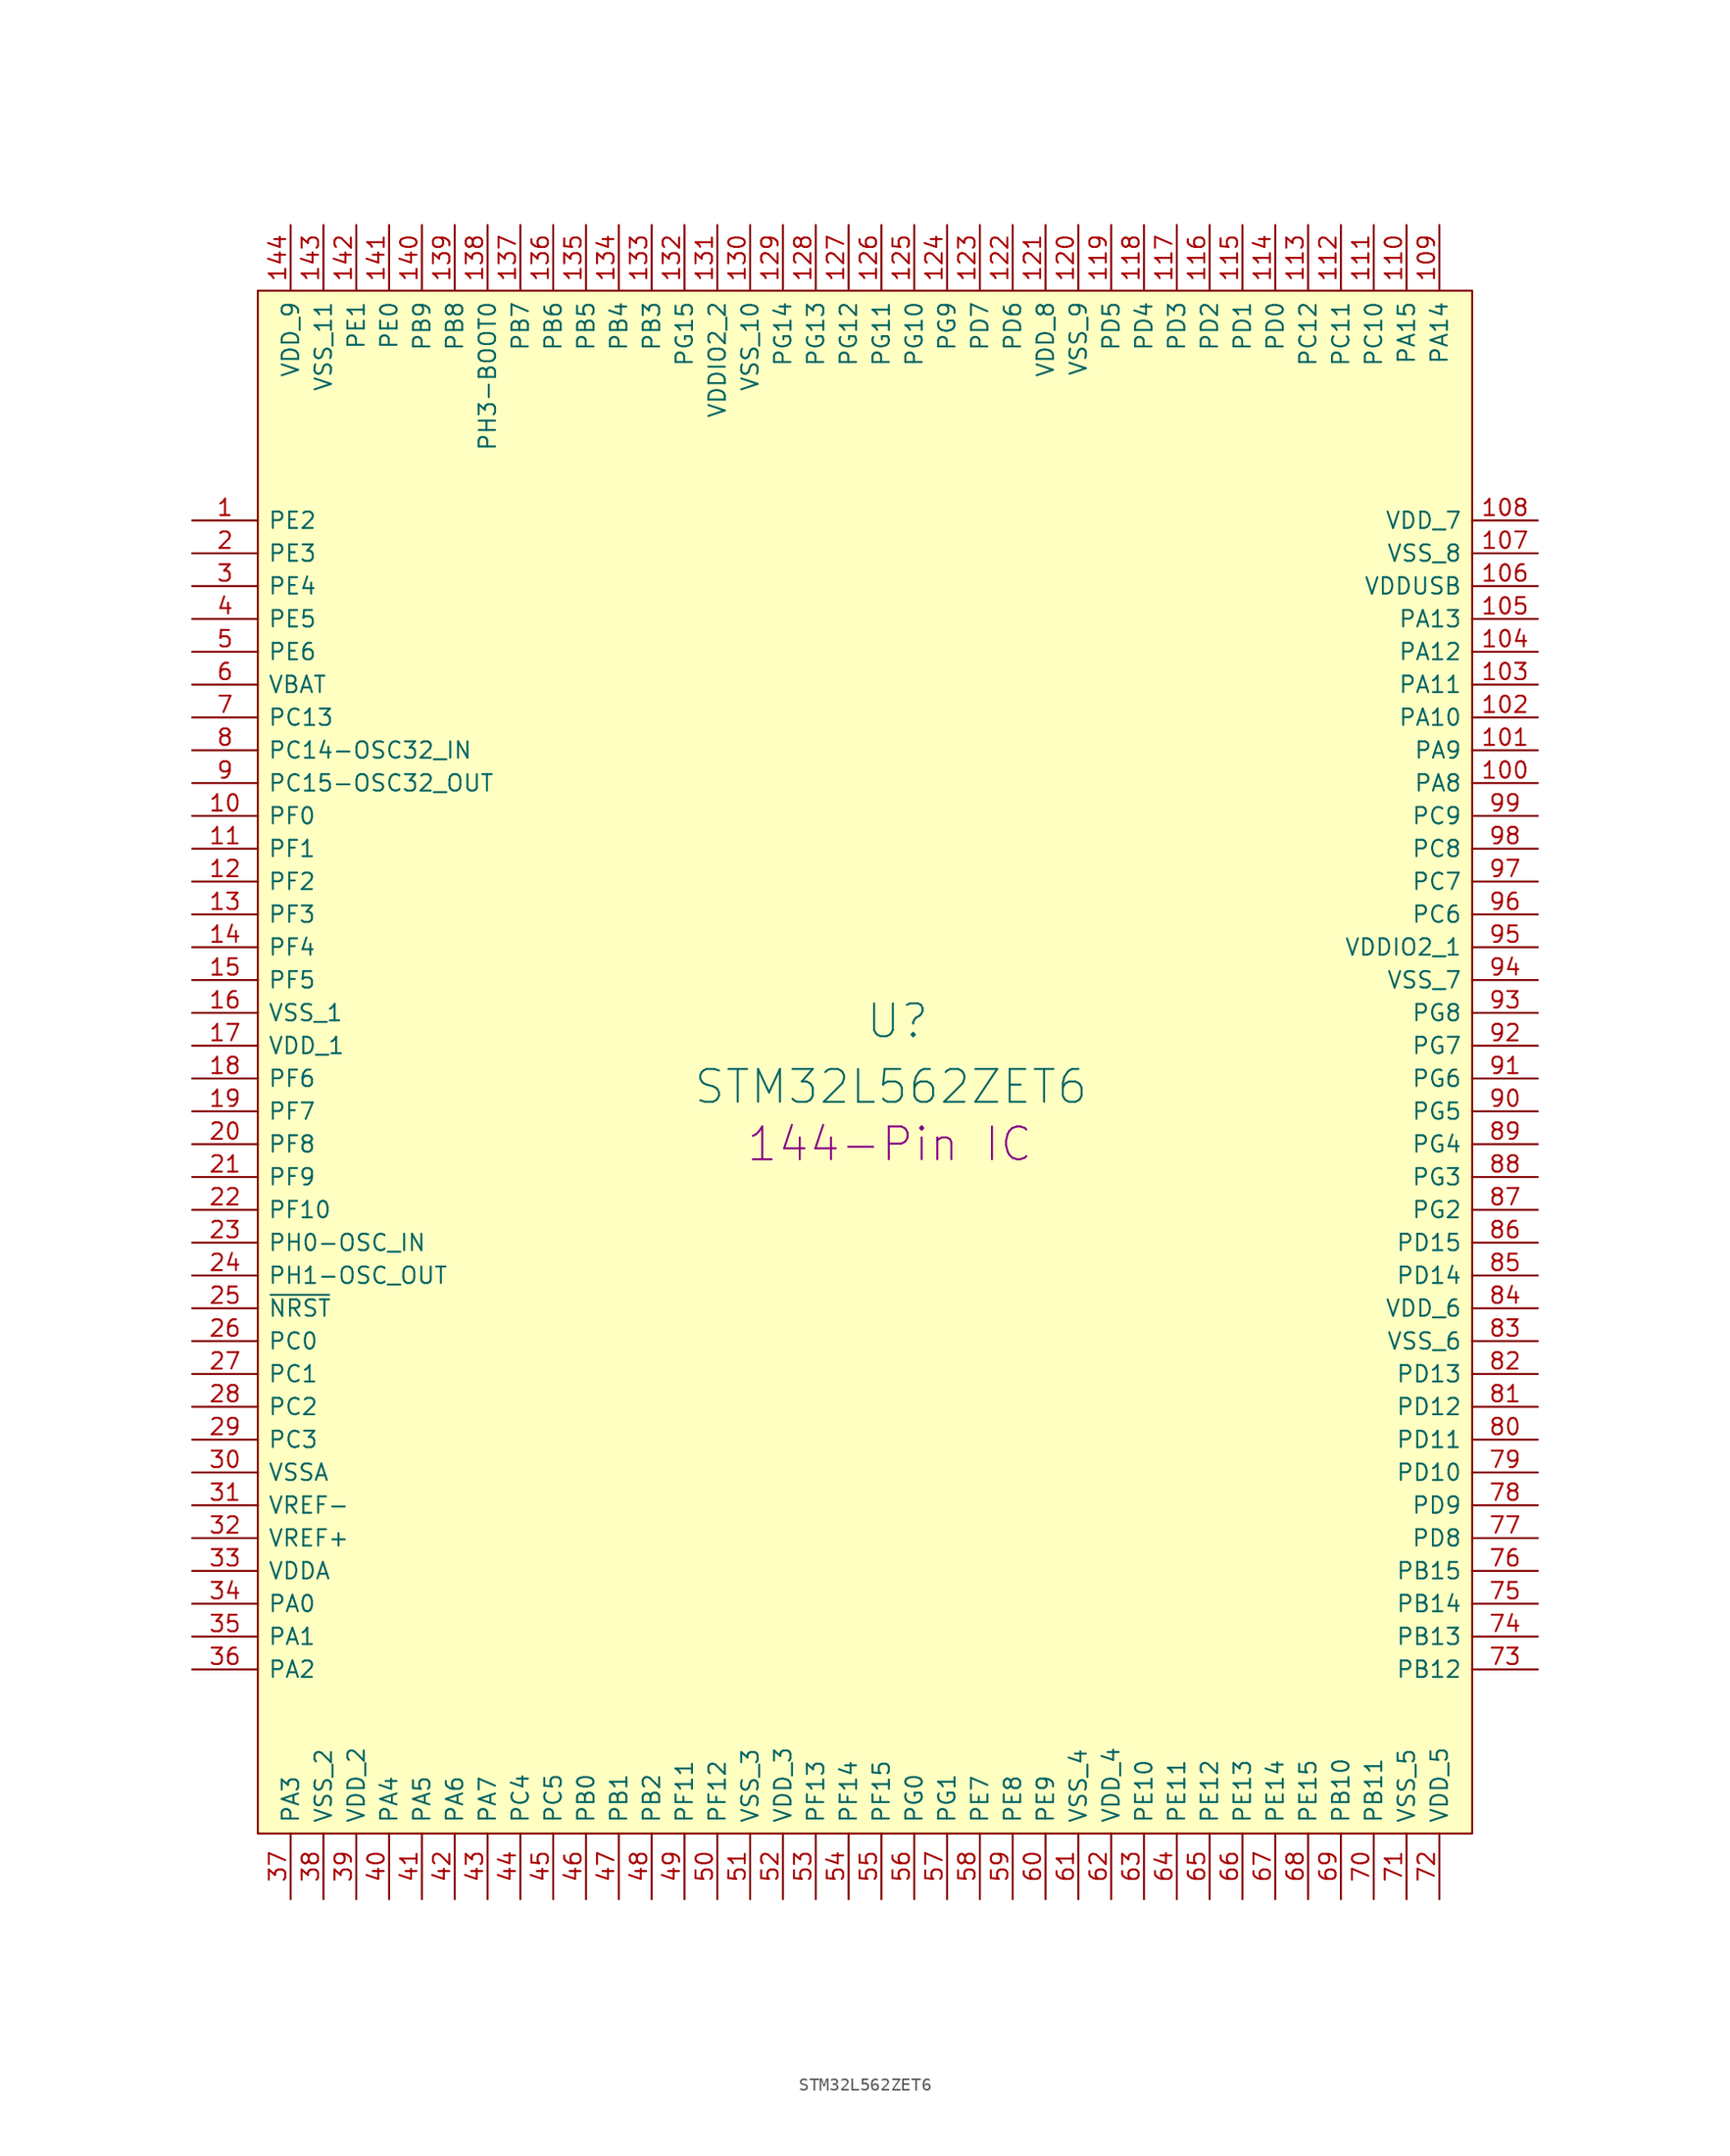
<source format=kicad_sym>
(kicad_symbol_lib
  (version 20211014)
  (generator kicad_symbol_editor)
  (symbol "STM32L562ZET6"
    (pin_names
      (offset 0.762))
    (property "Reference" "U"
      (at 52.07 -38.735 0)
      (effects (font (size 2.54 2.54)) (justify left)))
    (property "Value" "STM32L562ZET6"
      (at 38.735 -43.815 0)
      (effects (font (size 2.54 2.54)) (justify left)))
    (property "Pin Num" "144-Pin IC"
      (at 53.975 -48.26 0)
      (effects (font (size 2.54 2.54))))
    (symbol "STM32L562ZET6_0_0"
      (pin passive line (at 0 0 0) (length 5.08) (name "PE2" (effects (font (size 1.27 1.27)))) (number "1" (effects (font (size 1.27 1.27)))))
      (pin passive line (at 0 -22.86 0) (length 5.08) (name "PF0" (effects (font (size 1.27 1.27)))) (number "10" (effects (font (size 1.27 1.27)))))
      (pin passive line (at 104.14 -20.32 180) (length 5.08) (name "PA8" (effects (font (size 1.27 1.27)))) (number "100" (effects (font (size 1.27 1.27)))))
      (pin passive line (at 104.14 -17.78 180) (length 5.08) (name "PA9" (effects (font (size 1.27 1.27)))) (number "101" (effects (font (size 1.27 1.27)))))
      (pin passive line (at 104.14 -15.24 180) (length 5.08) (name "PA10" (effects (font (size 1.27 1.27)))) (number "102" (effects (font (size 1.27 1.27)))))
      (pin passive line (at 104.14 -12.7 180) (length 5.08) (name "PA11" (effects (font (size 1.27 1.27)))) (number "103" (effects (font (size 1.27 1.27)))))
      (pin passive line (at 104.14 -10.16 180) (length 5.08) (name "PA12" (effects (font (size 1.27 1.27)))) (number "104" (effects (font (size 1.27 1.27)))))
      (pin passive line (at 104.14 -7.62 180) (length 5.08) (name "PA13" (effects (font (size 1.27 1.27)))) (number "105" (effects (font (size 1.27 1.27)))))
      (pin passive line (at 104.14 -5.08 180) (length 5.08) (name "VDDUSB" (effects (font (size 1.27 1.27)))) (number "106" (effects (font (size 1.27 1.27)))))
      (pin passive line (at 104.14 -2.54 180) (length 5.08) (name "VSS_8" (effects (font (size 1.27 1.27)))) (number "107" (effects (font (size 1.27 1.27)))))
      (pin passive line (at 104.14 0 180) (length 5.08) (name "VDD_7" (effects (font (size 1.27 1.27)))) (number "108" (effects (font (size 1.27 1.27)))))
      (pin passive line (at 96.52 22.86 270) (length 5.08) (name "PA14" (effects (font (size 1.27 1.27)))) (number "109" (effects (font (size 1.27 1.27)))))
      (pin passive line (at 0 -25.4 0) (length 5.08) (name "PF1" (effects (font (size 1.27 1.27)))) (number "11" (effects (font (size 1.27 1.27)))))
      (pin passive line (at 93.98 22.86 270) (length 5.08) (name "PA15" (effects (font (size 1.27 1.27)))) (number "110" (effects (font (size 1.27 1.27)))))
      (pin passive line (at 91.44 22.86 270) (length 5.08) (name "PC10" (effects (font (size 1.27 1.27)))) (number "111" (effects (font (size 1.27 1.27)))))
      (pin passive line (at 88.9 22.86 270) (length 5.08) (name "PC11" (effects (font (size 1.27 1.27)))) (number "112" (effects (font (size 1.27 1.27)))))
      (pin passive line (at 86.36 22.86 270) (length 5.08) (name "PC12" (effects (font (size 1.27 1.27)))) (number "113" (effects (font (size 1.27 1.27)))))
      (pin passive line (at 83.82 22.86 270) (length 5.08) (name "PD0" (effects (font (size 1.27 1.27)))) (number "114" (effects (font (size 1.27 1.27)))))
      (pin passive line (at 81.28 22.86 270) (length 5.08) (name "PD1" (effects (font (size 1.27 1.27)))) (number "115" (effects (font (size 1.27 1.27)))))
      (pin passive line (at 78.74 22.86 270) (length 5.08) (name "PD2" (effects (font (size 1.27 1.27)))) (number "116" (effects (font (size 1.27 1.27)))))
      (pin passive line (at 76.2 22.86 270) (length 5.08) (name "PD3" (effects (font (size 1.27 1.27)))) (number "117" (effects (font (size 1.27 1.27)))))
      (pin passive line (at 73.66 22.86 270) (length 5.08) (name "PD4" (effects (font (size 1.27 1.27)))) (number "118" (effects (font (size 1.27 1.27)))))
      (pin passive line (at 71.12 22.86 270) (length 5.08) (name "PD5" (effects (font (size 1.27 1.27)))) (number "119" (effects (font (size 1.27 1.27)))))
      (pin passive line (at 0 -27.94 0) (length 5.08) (name "PF2" (effects (font (size 1.27 1.27)))) (number "12" (effects (font (size 1.27 1.27)))))
      (pin passive line (at 68.58 22.86 270) (length 5.08) (name "VSS_9" (effects (font (size 1.27 1.27)))) (number "120" (effects (font (size 1.27 1.27)))))
      (pin passive line (at 66.04 22.86 270) (length 5.08) (name "VDD_8" (effects (font (size 1.27 1.27)))) (number "121" (effects (font (size 1.27 1.27)))))
      (pin passive line (at 63.5 22.86 270) (length 5.08) (name "PD6" (effects (font (size 1.27 1.27)))) (number "122" (effects (font (size 1.27 1.27)))))
      (pin passive line (at 60.96 22.86 270) (length 5.08) (name "PD7" (effects (font (size 1.27 1.27)))) (number "123" (effects (font (size 1.27 1.27)))))
      (pin passive line (at 58.42 22.86 270) (length 5.08) (name "PG9" (effects (font (size 1.27 1.27)))) (number "124" (effects (font (size 1.27 1.27)))))
      (pin passive line (at 55.88 22.86 270) (length 5.08) (name "PG10" (effects (font (size 1.27 1.27)))) (number "125" (effects (font (size 1.27 1.27)))))
      (pin passive line (at 53.34 22.86 270) (length 5.08) (name "PG11" (effects (font (size 1.27 1.27)))) (number "126" (effects (font (size 1.27 1.27)))))
      (pin passive line (at 50.8 22.86 270) (length 5.08) (name "PG12" (effects (font (size 1.27 1.27)))) (number "127" (effects (font (size 1.27 1.27)))))
      (pin passive line (at 48.26 22.86 270) (length 5.08) (name "PG13" (effects (font (size 1.27 1.27)))) (number "128" (effects (font (size 1.27 1.27)))))
      (pin passive line (at 45.72 22.86 270) (length 5.08) (name "PG14" (effects (font (size 1.27 1.27)))) (number "129" (effects (font (size 1.27 1.27)))))
      (pin passive line (at 0 -30.48 0) (length 5.08) (name "PF3" (effects (font (size 1.27 1.27)))) (number "13" (effects (font (size 1.27 1.27)))))
      (pin passive line (at 43.18 22.86 270) (length 5.08) (name "VSS_10" (effects (font (size 1.27 1.27)))) (number "130" (effects (font (size 1.27 1.27)))))
      (pin passive line (at 40.64 22.86 270) (length 5.08) (name "VDDIO2_2" (effects (font (size 1.27 1.27)))) (number "131" (effects (font (size 1.27 1.27)))))
      (pin passive line (at 38.1 22.86 270) (length 5.08) (name "PG15" (effects (font (size 1.27 1.27)))) (number "132" (effects (font (size 1.27 1.27)))))
      (pin passive line (at 35.56 22.86 270) (length 5.08) (name "PB3" (effects (font (size 1.27 1.27)))) (number "133" (effects (font (size 1.27 1.27)))))
      (pin passive line (at 33.02 22.86 270) (length 5.08) (name "PB4" (effects (font (size 1.27 1.27)))) (number "134" (effects (font (size 1.27 1.27)))))
      (pin passive line (at 30.48 22.86 270) (length 5.08) (name "PB5" (effects (font (size 1.27 1.27)))) (number "135" (effects (font (size 1.27 1.27)))))
      (pin passive line (at 27.94 22.86 270) (length 5.08) (name "PB6" (effects (font (size 1.27 1.27)))) (number "136" (effects (font (size 1.27 1.27)))))
      (pin passive line (at 25.4 22.86 270) (length 5.08) (name "PB7" (effects (font (size 1.27 1.27)))) (number "137" (effects (font (size 1.27 1.27)))))
      (pin passive line (at 22.86 22.86 270) (length 5.08) (name "PH3-BOOT0" (effects (font (size 1.27 1.27)))) (number "138" (effects (font (size 1.27 1.27)))))
      (pin passive line (at 20.32 22.86 270) (length 5.08) (name "PB8" (effects (font (size 1.27 1.27)))) (number "139" (effects (font (size 1.27 1.27)))))
      (pin passive line (at 0 -33.02 0) (length 5.08) (name "PF4" (effects (font (size 1.27 1.27)))) (number "14" (effects (font (size 1.27 1.27)))))
      (pin passive line (at 17.78 22.86 270) (length 5.08) (name "PB9" (effects (font (size 1.27 1.27)))) (number "140" (effects (font (size 1.27 1.27)))))
      (pin passive line (at 15.24 22.86 270) (length 5.08) (name "PE0" (effects (font (size 1.27 1.27)))) (number "141" (effects (font (size 1.27 1.27)))))
      (pin passive line (at 12.7 22.86 270) (length 5.08) (name "PE1" (effects (font (size 1.27 1.27)))) (number "142" (effects (font (size 1.27 1.27)))))
      (pin passive line (at 10.16 22.86 270) (length 5.08) (name "VSS_11" (effects (font (size 1.27 1.27)))) (number "143" (effects (font (size 1.27 1.27)))))
      (pin passive line (at 7.62 22.86 270) (length 5.08) (name "VDD_9" (effects (font (size 1.27 1.27)))) (number "144" (effects (font (size 1.27 1.27)))))
      (pin passive line (at 0 -35.56 0) (length 5.08) (name "PF5" (effects (font (size 1.27 1.27)))) (number "15" (effects (font (size 1.27 1.27)))))
      (pin passive line (at 0 -38.1 0) (length 5.08) (name "VSS_1" (effects (font (size 1.27 1.27)))) (number "16" (effects (font (size 1.27 1.27)))))
      (pin passive line (at 0 -40.64 0) (length 5.08) (name "VDD_1" (effects (font (size 1.27 1.27)))) (number "17" (effects (font (size 1.27 1.27)))))
      (pin passive line (at 0 -43.18 0) (length 5.08) (name "PF6" (effects (font (size 1.27 1.27)))) (number "18" (effects (font (size 1.27 1.27)))))
      (pin passive line (at 0 -45.72 0) (length 5.08) (name "PF7" (effects (font (size 1.27 1.27)))) (number "19" (effects (font (size 1.27 1.27)))))
      (pin passive line (at 0 -2.54 0) (length 5.08) (name "PE3" (effects (font (size 1.27 1.27)))) (number "2" (effects (font (size 1.27 1.27)))))
      (pin passive line (at 0 -48.26 0) (length 5.08) (name "PF8" (effects (font (size 1.27 1.27)))) (number "20" (effects (font (size 1.27 1.27)))))
      (pin passive line (at 0 -50.8 0) (length 5.08) (name "PF9" (effects (font (size 1.27 1.27)))) (number "21" (effects (font (size 1.27 1.27)))))
      (pin passive line (at 0 -53.34 0) (length 5.08) (name "PF10" (effects (font (size 1.27 1.27)))) (number "22" (effects (font (size 1.27 1.27)))))
      (pin passive line (at 0 -55.88 0) (length 5.08) (name "PH0-OSC_IN" (effects (font (size 1.27 1.27)))) (number "23" (effects (font (size 1.27 1.27)))))
      (pin passive line (at 0 -58.42 0) (length 5.08) (name "PH1-OSC_OUT" (effects (font (size 1.27 1.27)))) (number "24" (effects (font (size 1.27 1.27)))))
      (pin passive line (at 0 -60.96 0) (length 5.08) (name "~{NRST}" (effects (font (size 1.27 1.27)))) (number "25" (effects (font (size 1.27 1.27)))))
      (pin passive line (at 0 -63.5 0) (length 5.08) (name "PC0" (effects (font (size 1.27 1.27)))) (number "26" (effects (font (size 1.27 1.27)))))
      (pin passive line (at 0 -66.04 0) (length 5.08) (name "PC1" (effects (font (size 1.27 1.27)))) (number "27" (effects (font (size 1.27 1.27)))))
      (pin passive line (at 0 -68.58 0) (length 5.08) (name "PC2" (effects (font (size 1.27 1.27)))) (number "28" (effects (font (size 1.27 1.27)))))
      (pin passive line (at 0 -71.12 0) (length 5.08) (name "PC3" (effects (font (size 1.27 1.27)))) (number "29" (effects (font (size 1.27 1.27)))))
      (pin passive line (at 0 -5.08 0) (length 5.08) (name "PE4" (effects (font (size 1.27 1.27)))) (number "3" (effects (font (size 1.27 1.27)))))
      (pin passive line (at 0 -73.66 0) (length 5.08) (name "VSSA" (effects (font (size 1.27 1.27)))) (number "30" (effects (font (size 1.27 1.27)))))
      (pin passive line (at 0 -76.2 0) (length 5.08) (name "VREF-" (effects (font (size 1.27 1.27)))) (number "31" (effects (font (size 1.27 1.27)))))
      (pin passive line (at 0 -78.74 0) (length 5.08) (name "VREF+" (effects (font (size 1.27 1.27)))) (number "32" (effects (font (size 1.27 1.27)))))
      (pin passive line (at 0 -81.28 0) (length 5.08) (name "VDDA" (effects (font (size 1.27 1.27)))) (number "33" (effects (font (size 1.27 1.27)))))
      (pin passive line (at 0 -83.82 0) (length 5.08) (name "PA0" (effects (font (size 1.27 1.27)))) (number "34" (effects (font (size 1.27 1.27)))))
      (pin passive line (at 0 -86.36 0) (length 5.08) (name "PA1" (effects (font (size 1.27 1.27)))) (number "35" (effects (font (size 1.27 1.27)))))
      (pin passive line (at 0 -88.9 0) (length 5.08) (name "PA2" (effects (font (size 1.27 1.27)))) (number "36" (effects (font (size 1.27 1.27)))))
      (pin passive line (at 7.62 -106.68 90) (length 5.08) (name "PA3" (effects (font (size 1.27 1.27)))) (number "37" (effects (font (size 1.27 1.27)))))
      (pin passive line (at 10.16 -106.68 90) (length 5.08) (name "VSS_2" (effects (font (size 1.27 1.27)))) (number "38" (effects (font (size 1.27 1.27)))))
      (pin passive line (at 12.7 -106.68 90) (length 5.08) (name "VDD_2" (effects (font (size 1.27 1.27)))) (number "39" (effects (font (size 1.27 1.27)))))
      (pin passive line (at 0 -7.62 0) (length 5.08) (name "PE5" (effects (font (size 1.27 1.27)))) (number "4" (effects (font (size 1.27 1.27)))))
      (pin passive line (at 15.24 -106.68 90) (length 5.08) (name "PA4" (effects (font (size 1.27 1.27)))) (number "40" (effects (font (size 1.27 1.27)))))
      (pin passive line (at 17.78 -106.68 90) (length 5.08) (name "PA5" (effects (font (size 1.27 1.27)))) (number "41" (effects (font (size 1.27 1.27)))))
      (pin passive line (at 20.32 -106.68 90) (length 5.08) (name "PA6" (effects (font (size 1.27 1.27)))) (number "42" (effects (font (size 1.27 1.27)))))
      (pin passive line (at 22.86 -106.68 90) (length 5.08) (name "PA7" (effects (font (size 1.27 1.27)))) (number "43" (effects (font (size 1.27 1.27)))))
      (pin passive line (at 25.4 -106.68 90) (length 5.08) (name "PC4" (effects (font (size 1.27 1.27)))) (number "44" (effects (font (size 1.27 1.27)))))
      (pin passive line (at 27.94 -106.68 90) (length 5.08) (name "PC5" (effects (font (size 1.27 1.27)))) (number "45" (effects (font (size 1.27 1.27)))))
      (pin passive line (at 30.48 -106.68 90) (length 5.08) (name "PB0" (effects (font (size 1.27 1.27)))) (number "46" (effects (font (size 1.27 1.27)))))
      (pin passive line (at 33.02 -106.68 90) (length 5.08) (name "PB1" (effects (font (size 1.27 1.27)))) (number "47" (effects (font (size 1.27 1.27)))))
      (pin passive line (at 35.56 -106.68 90) (length 5.08) (name "PB2" (effects (font (size 1.27 1.27)))) (number "48" (effects (font (size 1.27 1.27)))))
      (pin passive line (at 38.1 -106.68 90) (length 5.08) (name "PF11" (effects (font (size 1.27 1.27)))) (number "49" (effects (font (size 1.27 1.27)))))
      (pin passive line (at 0 -10.16 0) (length 5.08) (name "PE6" (effects (font (size 1.27 1.27)))) (number "5" (effects (font (size 1.27 1.27)))))
      (pin passive line (at 40.64 -106.68 90) (length 5.08) (name "PF12" (effects (font (size 1.27 1.27)))) (number "50" (effects (font (size 1.27 1.27)))))
      (pin passive line (at 43.18 -106.68 90) (length 5.08) (name "VSS_3" (effects (font (size 1.27 1.27)))) (number "51" (effects (font (size 1.27 1.27)))))
      (pin passive line (at 45.72 -106.68 90) (length 5.08) (name "VDD_3" (effects (font (size 1.27 1.27)))) (number "52" (effects (font (size 1.27 1.27)))))
      (pin passive line (at 48.26 -106.68 90) (length 5.08) (name "PF13" (effects (font (size 1.27 1.27)))) (number "53" (effects (font (size 1.27 1.27)))))
      (pin passive line (at 50.8 -106.68 90) (length 5.08) (name "PF14" (effects (font (size 1.27 1.27)))) (number "54" (effects (font (size 1.27 1.27)))))
      (pin passive line (at 53.34 -106.68 90) (length 5.08) (name "PF15" (effects (font (size 1.27 1.27)))) (number "55" (effects (font (size 1.27 1.27)))))
      (pin passive line (at 55.88 -106.68 90) (length 5.08) (name "PG0" (effects (font (size 1.27 1.27)))) (number "56" (effects (font (size 1.27 1.27)))))
      (pin passive line (at 58.42 -106.68 90) (length 5.08) (name "PG1" (effects (font (size 1.27 1.27)))) (number "57" (effects (font (size 1.27 1.27)))))
      (pin passive line (at 60.96 -106.68 90) (length 5.08) (name "PE7" (effects (font (size 1.27 1.27)))) (number "58" (effects (font (size 1.27 1.27)))))
      (pin passive line (at 63.5 -106.68 90) (length 5.08) (name "PE8" (effects (font (size 1.27 1.27)))) (number "59" (effects (font (size 1.27 1.27)))))
      (pin passive line (at 0 -12.7 0) (length 5.08) (name "VBAT" (effects (font (size 1.27 1.27)))) (number "6" (effects (font (size 1.27 1.27)))))
      (pin passive line (at 66.04 -106.68 90) (length 5.08) (name "PE9" (effects (font (size 1.27 1.27)))) (number "60" (effects (font (size 1.27 1.27)))))
      (pin passive line (at 68.58 -106.68 90) (length 5.08) (name "VSS_4" (effects (font (size 1.27 1.27)))) (number "61" (effects (font (size 1.27 1.27)))))
      (pin passive line (at 71.12 -106.68 90) (length 5.08) (name "VDD_4" (effects (font (size 1.27 1.27)))) (number "62" (effects (font (size 1.27 1.27)))))
      (pin passive line (at 73.66 -106.68 90) (length 5.08) (name "PE10" (effects (font (size 1.27 1.27)))) (number "63" (effects (font (size 1.27 1.27)))))
      (pin passive line (at 76.2 -106.68 90) (length 5.08) (name "PE11" (effects (font (size 1.27 1.27)))) (number "64" (effects (font (size 1.27 1.27)))))
      (pin passive line (at 78.74 -106.68 90) (length 5.08) (name "PE12" (effects (font (size 1.27 1.27)))) (number "65" (effects (font (size 1.27 1.27)))))
      (pin passive line (at 81.28 -106.68 90) (length 5.08) (name "PE13" (effects (font (size 1.27 1.27)))) (number "66" (effects (font (size 1.27 1.27)))))
      (pin passive line (at 83.82 -106.68 90) (length 5.08) (name "PE14" (effects (font (size 1.27 1.27)))) (number "67" (effects (font (size 1.27 1.27)))))
      (pin passive line (at 86.36 -106.68 90) (length 5.08) (name "PE15" (effects (font (size 1.27 1.27)))) (number "68" (effects (font (size 1.27 1.27)))))
      (pin passive line (at 88.9 -106.68 90) (length 5.08) (name "PB10" (effects (font (size 1.27 1.27)))) (number "69" (effects (font (size 1.27 1.27)))))
      (pin passive line (at 0 -15.24 0) (length 5.08) (name "PC13" (effects (font (size 1.27 1.27)))) (number "7" (effects (font (size 1.27 1.27)))))
      (pin passive line (at 91.44 -106.68 90) (length 5.08) (name "PB11" (effects (font (size 1.27 1.27)))) (number "70" (effects (font (size 1.27 1.27)))))
      (pin passive line (at 93.98 -106.68 90) (length 5.08) (name "VSS_5" (effects (font (size 1.27 1.27)))) (number "71" (effects (font (size 1.27 1.27)))))
      (pin passive line (at 96.52 -106.68 90) (length 5.08) (name "VDD_5" (effects (font (size 1.27 1.27)))) (number "72" (effects (font (size 1.27 1.27)))))
      (pin passive line (at 104.14 -88.9 180) (length 5.08) (name "PB12" (effects (font (size 1.27 1.27)))) (number "73" (effects (font (size 1.27 1.27)))))
      (pin passive line (at 104.14 -86.36 180) (length 5.08) (name "PB13" (effects (font (size 1.27 1.27)))) (number "74" (effects (font (size 1.27 1.27)))))
      (pin passive line (at 104.14 -83.82 180) (length 5.08) (name "PB14" (effects (font (size 1.27 1.27)))) (number "75" (effects (font (size 1.27 1.27)))))
      (pin passive line (at 104.14 -81.28 180) (length 5.08) (name "PB15" (effects (font (size 1.27 1.27)))) (number "76" (effects (font (size 1.27 1.27)))))
      (pin passive line (at 104.14 -78.74 180) (length 5.08) (name "PD8" (effects (font (size 1.27 1.27)))) (number "77" (effects (font (size 1.27 1.27)))))
      (pin passive line (at 104.14 -76.2 180) (length 5.08) (name "PD9" (effects (font (size 1.27 1.27)))) (number "78" (effects (font (size 1.27 1.27)))))
      (pin passive line (at 104.14 -73.66 180) (length 5.08) (name "PD10" (effects (font (size 1.27 1.27)))) (number "79" (effects (font (size 1.27 1.27)))))
      (pin passive line (at 0 -17.78 0) (length 5.08) (name "PC14-OSC32_IN" (effects (font (size 1.27 1.27)))) (number "8" (effects (font (size 1.27 1.27)))))
      (pin passive line (at 104.14 -71.12 180) (length 5.08) (name "PD11" (effects (font (size 1.27 1.27)))) (number "80" (effects (font (size 1.27 1.27)))))
      (pin passive line (at 104.14 -68.58 180) (length 5.08) (name "PD12" (effects (font (size 1.27 1.27)))) (number "81" (effects (font (size 1.27 1.27)))))
      (pin passive line (at 104.14 -66.04 180) (length 5.08) (name "PD13" (effects (font (size 1.27 1.27)))) (number "82" (effects (font (size 1.27 1.27)))))
      (pin passive line (at 104.14 -63.5 180) (length 5.08) (name "VSS_6" (effects (font (size 1.27 1.27)))) (number "83" (effects (font (size 1.27 1.27)))))
      (pin passive line (at 104.14 -60.96 180) (length 5.08) (name "VDD_6" (effects (font (size 1.27 1.27)))) (number "84" (effects (font (size 1.27 1.27)))))
      (pin passive line (at 104.14 -58.42 180) (length 5.08) (name "PD14" (effects (font (size 1.27 1.27)))) (number "85" (effects (font (size 1.27 1.27)))))
      (pin passive line (at 104.14 -55.88 180) (length 5.08) (name "PD15" (effects (font (size 1.27 1.27)))) (number "86" (effects (font (size 1.27 1.27)))))
      (pin passive line (at 104.14 -53.34 180) (length 5.08) (name "PG2" (effects (font (size 1.27 1.27)))) (number "87" (effects (font (size 1.27 1.27)))))
      (pin passive line (at 104.14 -50.8 180) (length 5.08) (name "PG3" (effects (font (size 1.27 1.27)))) (number "88" (effects (font (size 1.27 1.27)))))
      (pin passive line (at 104.14 -48.26 180) (length 5.08) (name "PG4" (effects (font (size 1.27 1.27)))) (number "89" (effects (font (size 1.27 1.27)))))
      (pin passive line (at 0 -20.32 0) (length 5.08) (name "PC15-OSC32_OUT" (effects (font (size 1.27 1.27)))) (number "9" (effects (font (size 1.27 1.27)))))
      (pin passive line (at 104.14 -45.72 180) (length 5.08) (name "PG5" (effects (font (size 1.27 1.27)))) (number "90" (effects (font (size 1.27 1.27)))))
      (pin passive line (at 104.14 -43.18 180) (length 5.08) (name "PG6" (effects (font (size 1.27 1.27)))) (number "91" (effects (font (size 1.27 1.27)))))
      (pin passive line (at 104.14 -40.64 180) (length 5.08) (name "PG7" (effects (font (size 1.27 1.27)))) (number "92" (effects (font (size 1.27 1.27)))))
      (pin passive line (at 104.14 -38.1 180) (length 5.08) (name "PG8" (effects (font (size 1.27 1.27)))) (number "93" (effects (font (size 1.27 1.27)))))
      (pin passive line (at 104.14 -35.56 180) (length 5.08) (name "VSS_7" (effects (font (size 1.27 1.27)))) (number "94" (effects (font (size 1.27 1.27)))))
      (pin passive line (at 104.14 -33.02 180) (length 5.08) (name "VDDIO2_1" (effects (font (size 1.27 1.27)))) (number "95" (effects (font (size 1.27 1.27)))))
      (pin passive line (at 104.14 -30.48 180) (length 5.08) (name "PC6" (effects (font (size 1.27 1.27)))) (number "96" (effects (font (size 1.27 1.27)))))
      (pin passive line (at 104.14 -27.94 180) (length 5.08) (name "PC7" (effects (font (size 1.27 1.27)))) (number "97" (effects (font (size 1.27 1.27)))))
      (pin passive line (at 104.14 -25.4 180) (length 5.08) (name "PC8" (effects (font (size 1.27 1.27)))) (number "98" (effects (font (size 1.27 1.27)))))
      (pin passive line (at 104.14 -22.86 180) (length 5.08) (name "PC9" (effects (font (size 1.27 1.27)))) (number "99" (effects (font (size 1.27 1.27))))))
    (symbol "STM32L562ZET6_0_1"
      (polyline (pts (xy 5.08 17.78) (xy 99.06 17.78) (xy 99.06 -101.6) (xy 5.08 -101.6) (xy 5.08 17.78)) (stroke (width 0.152) (type default) (color 0 0 0 0)) (fill (type background))))))
</source>
